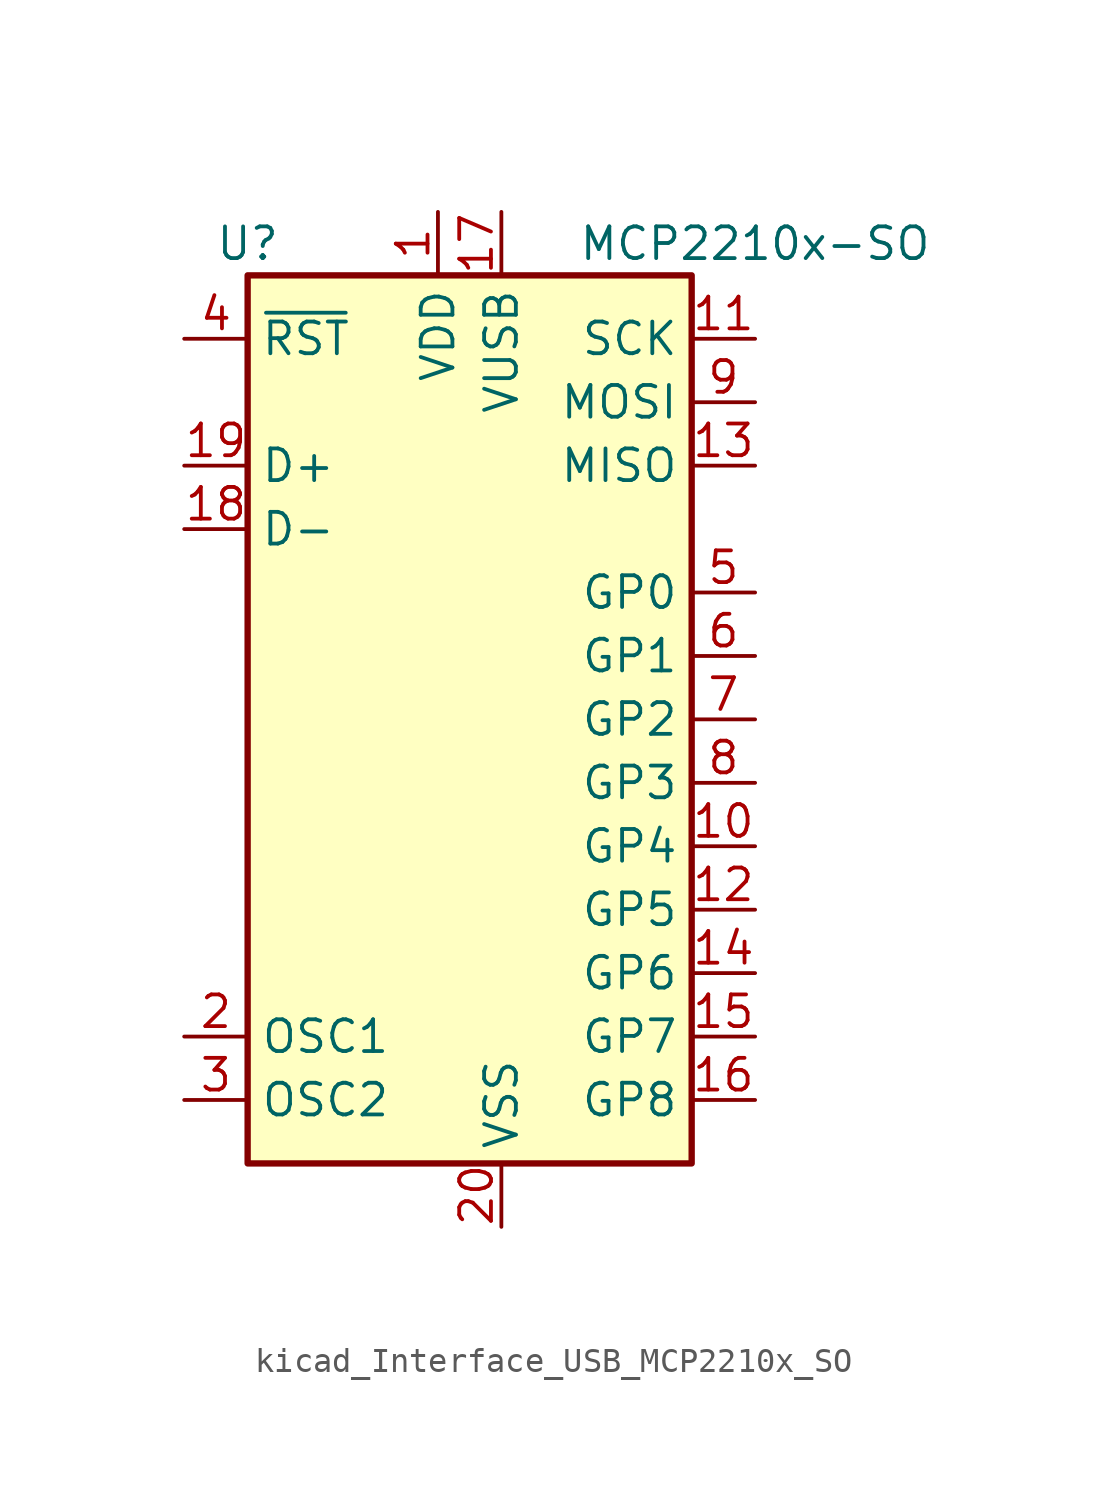
<source format=kicad_sym>
(kicad_symbol_lib
  (version 20220914)
  (generator kicad_symbol_editor)
  (symbol "kicad_Interface_USB_MCP2210x_SO"
    (property "Reference" "U"
      (at -10.16 19.05 0)
      (effects (font (size 1.27 1.27))))
    (property "Value" "MCP2210x-SO"
      (at 10.16 19.05 0)
      (effects (font (size 1.27 1.27))))
    (symbol "kicad_Interface_USB_MCP2210x_SO_0_1"
      (rectangle (start -10.16 17.78) (end 7.62 -17.78) (stroke (width 0.254) (type default)) (fill (type background))))
    (symbol "kicad_Interface_USB_MCP2210x_SO_1_1"
      (pin power_in line (at -2.54 20.32 270) (length 2.54) (name "VDD" (effects (font (size 1.27 1.27)))) (number "1" (effects (font (size 1.27 1.27)))))
      (pin bidirectional line (at 10.16 -5.08 180) (length 2.54) (name "GP4" (effects (font (size 1.27 1.27)))) (number "10" (effects (font (size 1.27 1.27)))))
      (pin output line (at 10.16 15.24 180) (length 2.54) (name "SCK" (effects (font (size 1.27 1.27)))) (number "11" (effects (font (size 1.27 1.27)))))
      (pin bidirectional line (at 10.16 -7.62 180) (length 2.54) (name "GP5" (effects (font (size 1.27 1.27)))) (number "12" (effects (font (size 1.27 1.27)))))
      (pin input line (at 10.16 10.16 180) (length 2.54) (name "MISO" (effects (font (size 1.27 1.27)))) (number "13" (effects (font (size 1.27 1.27)))))
      (pin bidirectional line (at 10.16 -10.16 180) (length 2.54) (name "GP6" (effects (font (size 1.27 1.27)))) (number "14" (effects (font (size 1.27 1.27)))))
      (pin bidirectional line (at 10.16 -12.7 180) (length 2.54) (name "GP7" (effects (font (size 1.27 1.27)))) (number "15" (effects (font (size 1.27 1.27)))))
      (pin bidirectional line (at 10.16 -15.24 180) (length 2.54) (name "GP8" (effects (font (size 1.27 1.27)))) (number "16" (effects (font (size 1.27 1.27)))))
      (pin passive line (at 0 20.32 270) (length 2.54) (name "VUSB" (effects (font (size 1.27 1.27)))) (number "17" (effects (font (size 1.27 1.27)))))
      (pin bidirectional line (at -12.7 7.62 0) (length 2.54) (name "D-" (effects (font (size 1.27 1.27)))) (number "18" (effects (font (size 1.27 1.27)))))
      (pin bidirectional line (at -12.7 10.16 0) (length 2.54) (name "D+" (effects (font (size 1.27 1.27)))) (number "19" (effects (font (size 1.27 1.27)))))
      (pin input line (at -12.7 -12.7 0) (length 2.54) (name "OSC1" (effects (font (size 1.27 1.27)))) (number "2" (effects (font (size 1.27 1.27)))))
      (pin power_in line (at 0 -20.32 90) (length 2.54) (name "VSS" (effects (font (size 1.27 1.27)))) (number "20" (effects (font (size 1.27 1.27)))))
      (pin output line (at -12.7 -15.24 0) (length 2.54) (name "OSC2" (effects (font (size 1.27 1.27)))) (number "3" (effects (font (size 1.27 1.27)))))
      (pin input line (at -12.7 15.24 0) (length 2.54) (name "~{RST}" (effects (font (size 1.27 1.27)))) (number "4" (effects (font (size 1.27 1.27)))))
      (pin bidirectional line (at 10.16 5.08 180) (length 2.54) (name "GP0" (effects (font (size 1.27 1.27)))) (number "5" (effects (font (size 1.27 1.27)))))
      (pin bidirectional line (at 10.16 2.54 180) (length 2.54) (name "GP1" (effects (font (size 1.27 1.27)))) (number "6" (effects (font (size 1.27 1.27)))))
      (pin bidirectional line (at 10.16 0 180) (length 2.54) (name "GP2" (effects (font (size 1.27 1.27)))) (number "7" (effects (font (size 1.27 1.27)))))
      (pin bidirectional line (at 10.16 -2.54 180) (length 2.54) (name "GP3" (effects (font (size 1.27 1.27)))) (number "8" (effects (font (size 1.27 1.27)))))
      (pin output line (at 10.16 12.7 180) (length 2.54) (name "MOSI" (effects (font (size 1.27 1.27)))) (number "9" (effects (font (size 1.27 1.27))))))))
</source>
